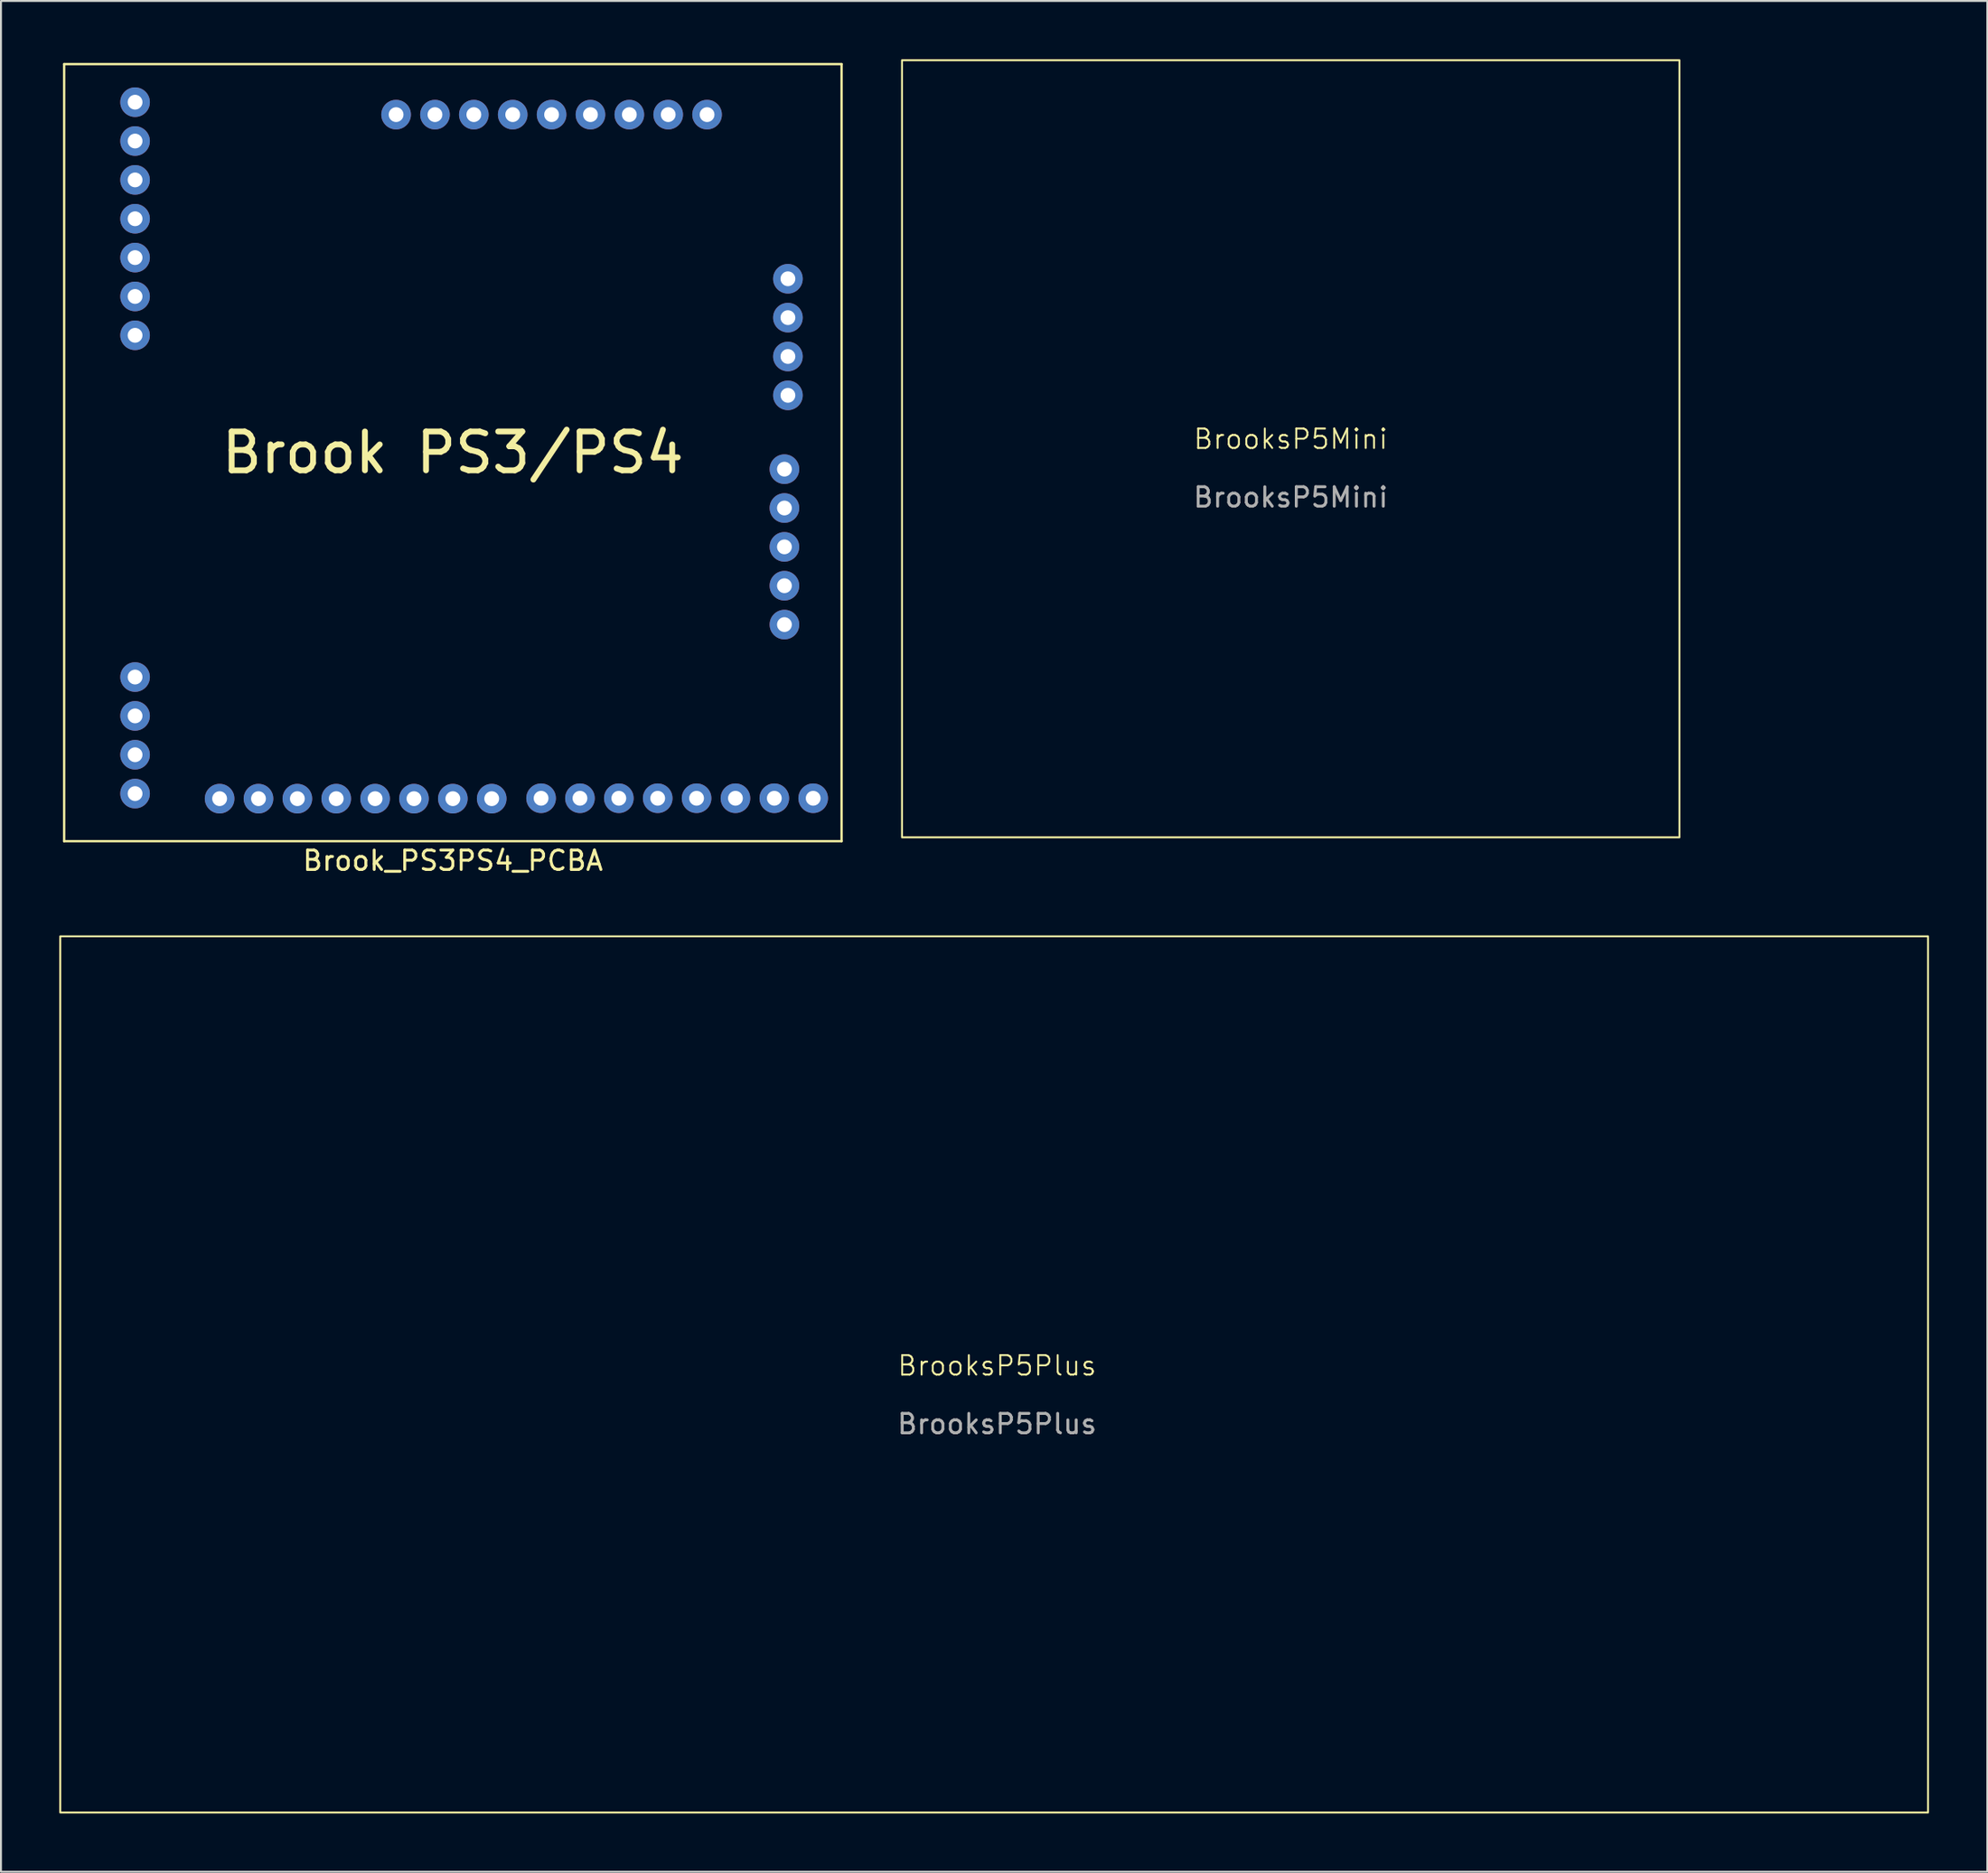
<source format=kicad_pcb>
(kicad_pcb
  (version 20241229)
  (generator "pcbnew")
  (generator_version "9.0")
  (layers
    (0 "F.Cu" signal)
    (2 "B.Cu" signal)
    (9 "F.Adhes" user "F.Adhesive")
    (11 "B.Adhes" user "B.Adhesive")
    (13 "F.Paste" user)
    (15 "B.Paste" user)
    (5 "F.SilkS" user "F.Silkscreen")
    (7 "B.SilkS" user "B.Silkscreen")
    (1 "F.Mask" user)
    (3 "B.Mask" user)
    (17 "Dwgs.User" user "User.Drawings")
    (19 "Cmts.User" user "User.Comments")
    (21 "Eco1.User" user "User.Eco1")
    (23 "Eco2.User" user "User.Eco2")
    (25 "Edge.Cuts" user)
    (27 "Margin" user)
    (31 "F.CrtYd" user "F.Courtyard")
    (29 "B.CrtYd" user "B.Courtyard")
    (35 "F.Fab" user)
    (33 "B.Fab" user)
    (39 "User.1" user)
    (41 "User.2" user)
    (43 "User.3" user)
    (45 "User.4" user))
  (footprint "Brook_PS3PS4_PCBA"
    (layer "F.Cu")
    (at 0.25 0.25)
    (property "Reference" "Brook_PS3PS4_PCBA" (at 20 41 0) (layer "F.SilkS") (effects (font (size 1 1) (thickness 0.15))))
    (attr through_hole)
    (fp_line (start 0 0) (end 0 40) (stroke (width 0.12) (type solid)) (layer "F.SilkS"))
    (fp_line (start 0 40) (end 40 40) (stroke (width 0.12) (type solid)) (layer "F.SilkS"))
    (fp_line (start 40 0) (end 0 0) (stroke (width 0.12) (type solid)) (layer "F.SilkS"))
    (fp_line (start 40 40) (end 40 0) (stroke (width 0.12) (type solid)) (layer "F.SilkS"))
    (fp_text user "Brook PS3/PS4" (at 20 20 0) (layer "F.SilkS") (effects (font (size 2 2) (thickness 0.3))))
    (pad "1" thru_hole circle (at 3.65 3.96) (size 1.524 1.524) (drill 0.762) (layers "*.Cu" "*.Mask"))
    (pad "1" thru_hole circle (at 22 37.81) (size 1.524 1.524) (drill 0.762) (layers "*.Cu" "*.Mask"))
    (pad "1" thru_hole circle (at 33.08 2.6) (size 1.524 1.524) (drill 0.762) (layers "*.Cu" "*.Mask"))
    (pad "1" thru_hole circle (at 37.06 20.85) (size 1.524 1.524) (drill 0.762) (layers "*.Cu" "*.Mask"))
    (pad "1" thru_hole circle (at 37.06 22.85) (size 1.524 1.524) (drill 0.762) (layers "*.Cu" "*.Mask"))
    (pad "1" thru_hole circle (at 37.24 11.05) (size 1.524 1.524) (drill 0.762) (layers "*.Cu" "*.Mask"))
    (pad "1" thru_hole circle (at 38.54 37.79) (size 1.524 1.524) (drill 0.762) (layers "*.Cu" "*.Mask"))
    (pad "2" thru_hole circle (at 31.08 2.6) (size 1.524 1.524) (drill 0.762) (layers "*.Cu" "*.Mask"))
    (pad "3" thru_hole circle (at 29.08 2.6) (size 1.524 1.524) (drill 0.762) (layers "*.Cu" "*.Mask"))
    (pad "4" thru_hole circle (at 27.08 2.6) (size 1.524 1.524) (drill 0.762) (layers "*.Cu" "*.Mask"))
    (pad "5" thru_hole circle (at 25.08 2.6) (size 1.524 1.524) (drill 0.762) (layers "*.Cu" "*.Mask"))
    (pad "6" thru_hole circle (at 23.08 2.6) (size 1.524 1.524) (drill 0.762) (layers "*.Cu" "*.Mask"))
    (pad "7" thru_hole circle (at 21.08 2.6) (size 1.524 1.524) (drill 0.762) (layers "*.Cu" "*.Mask"))
    (pad "8" thru_hole circle (at 19.08 2.6) (size 1.524 1.524) (drill 0.762) (layers "*.Cu" "*.Mask"))
    (pad "9" thru_hole circle (at 17.08 2.6) (size 1.524 1.524) (drill 0.762) (layers "*.Cu" "*.Mask"))
    (pad "10" thru_hole circle (at 36.54 37.79) (size 1.524 1.524) (drill 0.762) (layers "*.Cu" "*.Mask"))
    (pad "11" thru_hole circle (at 34.54 37.79) (size 1.524 1.524) (drill 0.762) (layers "*.Cu" "*.Mask"))
    (pad "12" thru_hole circle (at 32.54 37.79) (size 1.524 1.524) (drill 0.762) (layers "*.Cu" "*.Mask"))
    (pad "13" thru_hole circle (at 30.54 37.79) (size 1.524 1.524) (drill 0.762) (layers "*.Cu" "*.Mask"))
    (pad "14" thru_hole circle (at 28.54 37.79) (size 1.524 1.524) (drill 0.762) (layers "*.Cu" "*.Mask"))
    (pad "15" thru_hole circle (at 26.54 37.79) (size 1.524 1.524) (drill 0.762) (layers "*.Cu" "*.Mask"))
    (pad "16" thru_hole circle (at 24.54 37.79) (size 1.524 1.524) (drill 0.762) (layers "*.Cu" "*.Mask"))
    (pad "17" thru_hole circle (at 20 37.81) (size 1.524 1.524) (drill 0.762) (layers "*.Cu" "*.Mask"))
    (pad "18" thru_hole circle (at 18 37.81) (size 1.524 1.524) (drill 0.762) (layers "*.Cu" "*.Mask"))
    (pad "19" thru_hole circle (at 16 37.81) (size 1.524 1.524) (drill 0.762) (layers "*.Cu" "*.Mask"))
    (pad "20" thru_hole circle (at 14 37.81) (size 1.524 1.524) (drill 0.762) (layers "*.Cu" "*.Mask"))
    (pad "21" thru_hole circle (at 12 37.81) (size 1.524 1.524) (drill 0.762) (layers "*.Cu" "*.Mask"))
    (pad "22" thru_hole circle (at 10 37.81) (size 1.524 1.524) (drill 0.762) (layers "*.Cu" "*.Mask"))
    (pad "23" thru_hole circle (at 3.65 1.96) (size 1.524 1.524) (drill 0.762) (layers "*.Cu" "*.Mask"))
    (pad "24" thru_hole circle (at 3.65 5.96) (size 1.524 1.524) (drill 0.762) (layers "*.Cu" "*.Mask"))
    (pad "25" thru_hole circle (at 3.65 11.96) (size 1.524 1.524) (drill 0.762) (layers "*.Cu" "*.Mask"))
    (pad "26" thru_hole circle (at 37.24 13.05) (size 1.524 1.524) (drill 0.762) (layers "*.Cu" "*.Mask"))
    (pad "27" thru_hole circle (at 37.24 15.05) (size 1.524 1.524) (drill 0.762) (layers "*.Cu" "*.Mask"))
    (pad "28" thru_hole circle (at 37.06 24.85) (size 1.524 1.524) (drill 0.762) (layers "*.Cu" "*.Mask"))
    (pad "29" thru_hole circle (at 37.06 26.85) (size 1.524 1.524) (drill 0.762) (layers "*.Cu" "*.Mask"))
    (pad "30" thru_hole circle (at 3.65 7.96) (size 1.524 1.524) (drill 0.762) (layers "*.Cu" "*.Mask"))
    (pad "31" thru_hole circle (at 3.65 9.96) (size 1.524 1.524) (drill 0.762) (layers "*.Cu" "*.Mask"))
    (pad "32" thru_hole circle (at 3.65 31.55) (size 1.524 1.524) (drill 0.762) (layers "*.Cu" "*.Mask"))
    (pad "33" thru_hole circle (at 3.65 33.55) (size 1.524 1.524) (drill 0.762) (layers "*.Cu" "*.Mask"))
    (pad "34" thru_hole circle (at 3.65 35.55) (size 1.524 1.524) (drill 0.762) (layers "*.Cu" "*.Mask"))
    (pad "35" thru_hole circle (at 3.65 37.55) (size 1.524 1.524) (drill 0.762) (layers "*.Cu" "*.Mask"))
    (pad "35" thru_hole circle (at 37.06 28.85) (size 1.524 1.524) (drill 0.762) (layers "*.Cu" "*.Mask"))
    (pad "36" thru_hole circle (at 3.65 13.96) (size 1.524 1.524) (drill 0.762) (layers "*.Cu" "*.Mask"))
    (pad "36" thru_hole circle (at 8 37.81) (size 1.524 1.524) (drill 0.762) (layers "*.Cu" "*.Mask"))
    (pad "36" thru_hole circle (at 37.24 17.05) (size 1.524 1.524) (drill 0.762) (layers "*.Cu" "*.Mask")))
  (footprint "BrooksP5Plus"
    (layer "F.Cu")
    (at 48.25 67.748)
    (property "Reference" "BrooksP5Plus" (at 0 -0.5 0) (unlocked yes) (layer "F.SilkS") (effects (font (size 1 1) (thickness 0.1))))
    (attr through_hole)
    (fp_rect (start -48.2 -22.6) (end 47.9 22.5) (stroke (width 0.1) (type default)) (fill no) (layer "F.SilkS"))
    (fp_text user "${REFERENCE}" (at 0 2.5 0) (unlocked yes) (layer "F.Fab") (effects (font (size 1 1) (thickness 0.15)))))
  (footprint "BrooksP5Mini"
    (layer "F.Cu")
    (at 63.36 20.05)
    (property "Reference" "BrooksP5Mini" (at 0 -0.5 0) (unlocked yes) (layer "F.SilkS") (effects (font (size 1 1) (thickness 0.1))))
    (attr through_hole)
    (fp_rect (start -20 -20) (end 20 20) (stroke (width 0.1) (type default)) (fill no) (layer "F.SilkS"))
    (fp_text user "${REFERENCE}" (at 0 2.5 0) (unlocked yes) (layer "F.Fab") (effects (font (size 1 1) (thickness 0.15)))))
  (gr_rect
    (start -3 -3)
    (end 99.2 93.298)
    (stroke (width 0.1) (type default))
    (fill no)
    (layer "Edge.Cuts")))
</source>
